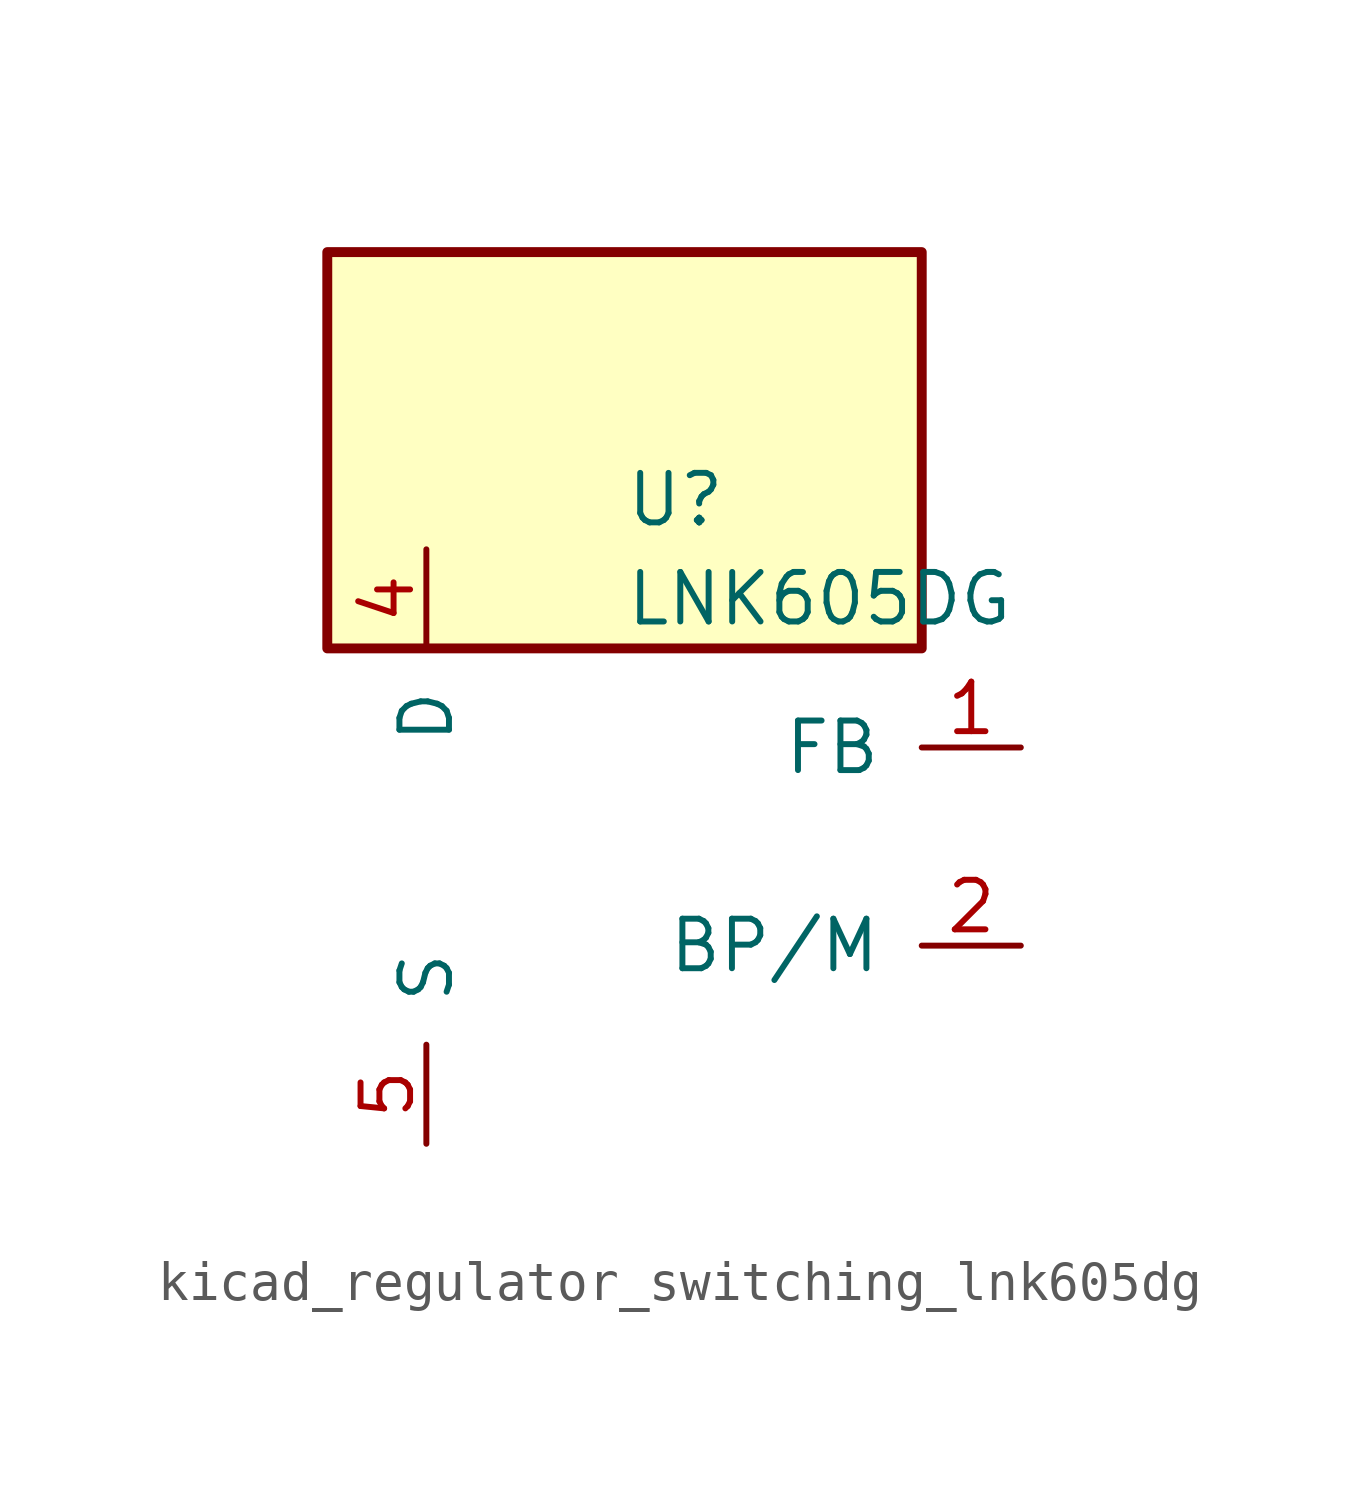
<source format=kicad_sym>
(kicad_symbol_lib
  (version 20220914)
  (generator kicad_symbol_editor)
  (symbol "kicad_regulator_switching_lnk605dg"
    (pin_names
      (offset 1.016))
    (property "Reference" "U"
      (at 0 8.89 0)
      (effects (font (size 1.27 1.27)) (justify left)))
    (property "Value" "LNK605DG"
      (at 0 6.35 0)
      (effects (font (size 1.27 1.27)) (justify left)))
    (symbol "kicad_regulator_switching_lnk605dg_0_1"
      (rectangle (start 7.62 15.24) (end -7.62 5.08) (stroke (width 0.254) (type default)) (fill (type background))))
    (symbol "kicad_regulator_switching_lnk605dg_1_1"
      (pin input line (at 10.16 2.54 180) (length 2.54) (name "FB" (effects (font (size 1.27 1.27)))) (number "1" (effects (font (size 1.27 1.27)))))
      (pin input line (at 10.16 -2.54 180) (length 2.54) (name "BP/M" (effects (font (size 1.27 1.27)))) (number "2" (effects (font (size 1.27 1.27)))))
      (pin open_collector line (at -5.08 7.62 270) (length 2.54) (name "D" (effects (font (size 1.27 1.27)))) (number "4" (effects (font (size 1.27 1.27)))))
      (pin power_in line (at -5.08 -7.62 90) (length 2.54) (name "S" (effects (font (size 1.27 1.27)))) (number "5" (effects (font (size 1.27 1.27)))))
      (pin passive line (at -5.08 -7.62 90) (length 2.54) hide (name "S" (effects (font (size 1.27 1.27)))) (number "6" (effects (font (size 1.27 1.27)))))
      (pin passive line (at -5.08 -7.62 90) (length 2.54) hide (name "S" (effects (font (size 1.27 1.27)))) (number "7" (effects (font (size 1.27 1.27)))))
      (pin passive line (at -5.08 -7.62 90) (length 2.54) hide (name "S" (effects (font (size 1.27 1.27)))) (number "8" (effects (font (size 1.27 1.27))))))))
</source>
